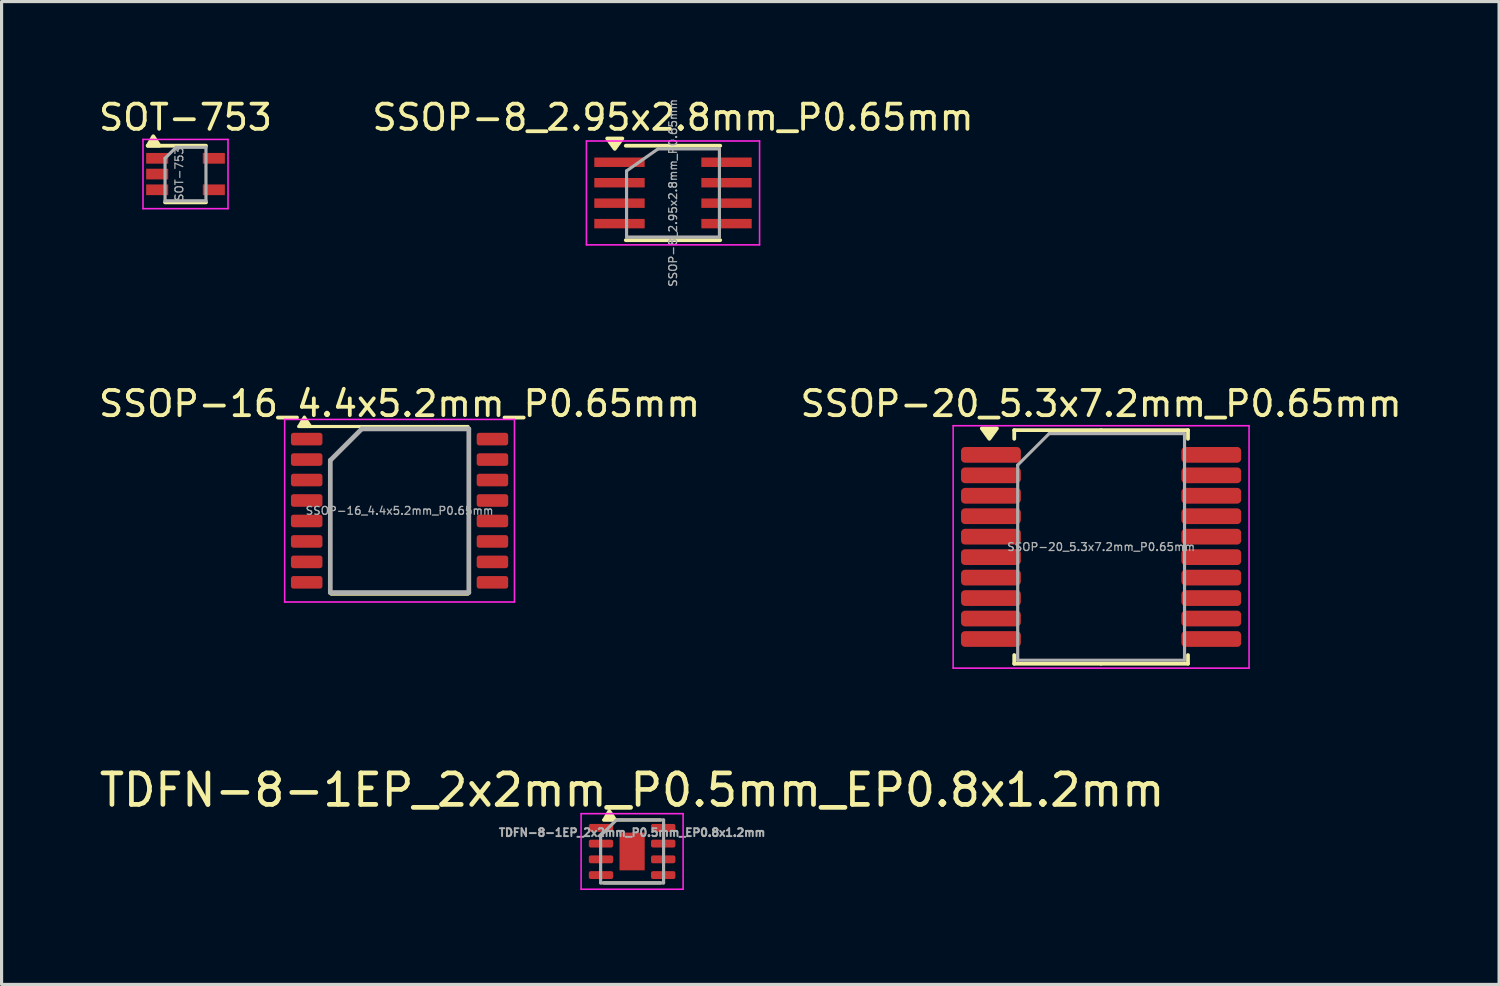
<source format=kicad_pcb>
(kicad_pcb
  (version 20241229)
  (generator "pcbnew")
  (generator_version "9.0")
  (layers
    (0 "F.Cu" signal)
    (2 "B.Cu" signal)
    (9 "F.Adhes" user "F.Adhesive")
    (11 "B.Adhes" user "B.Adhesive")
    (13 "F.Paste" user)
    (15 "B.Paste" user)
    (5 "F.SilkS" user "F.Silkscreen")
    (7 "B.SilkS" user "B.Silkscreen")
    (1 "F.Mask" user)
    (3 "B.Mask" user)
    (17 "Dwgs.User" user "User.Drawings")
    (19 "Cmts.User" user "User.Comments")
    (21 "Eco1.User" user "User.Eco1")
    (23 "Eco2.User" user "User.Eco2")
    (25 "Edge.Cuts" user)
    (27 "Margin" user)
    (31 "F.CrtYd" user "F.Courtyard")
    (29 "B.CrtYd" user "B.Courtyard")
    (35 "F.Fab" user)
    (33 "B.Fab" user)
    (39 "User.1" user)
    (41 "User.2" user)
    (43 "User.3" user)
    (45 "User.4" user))
  (footprint "TDFN-8-1EP_2x2mm_P0.5mm_EP0.8x1.2mm"
    (layer "F.Cu")
    (at 17.03 23.998)
    (property "Reference" "TDFN-8-1EP_2x2mm_P0.5mm_EP0.8x1.2mm" (at 0 -1.95 0) (layer "F.SilkS") (effects (font (size 1 1) (thickness 0.15))))
    (attr smd)
    (fp_line (start -0.9 -1) (end 0.9 -1) (stroke (width 0.1) (type solid)) (layer "F.SilkS"))
    (fp_line (start -0.9 1) (end 0.9 1) (stroke (width 0.1) (type solid)) (layer "F.SilkS"))
    (fp_poly (pts (xy -0.9 -1) (xy -0.725 -1.3) (xy -0.525 -1)) (stroke (width 0.1) (type solid)) (fill yes) (layer "F.SilkS"))
    (fp_line (start -1.62 -1.2) (end -1.62 1.2) (stroke (width 0.05) (type solid)) (layer "F.CrtYd"))
    (fp_line (start -1.62 1.2) (end 1.62 1.2) (stroke (width 0.05) (type solid)) (layer "F.CrtYd"))
    (fp_line (start 1.62 -1.2) (end -1.62 -1.2) (stroke (width 0.05) (type solid)) (layer "F.CrtYd"))
    (fp_line (start 1.62 1.2) (end 1.62 -1.2) (stroke (width 0.05) (type solid)) (layer "F.CrtYd"))
    (fp_line (start -1 -0.5) (end -0.5 -1) (stroke (width 0.1) (type solid)) (layer "F.Fab"))
    (fp_line (start -1 1) (end -1 -0.5) (stroke (width 0.1) (type solid)) (layer "F.Fab"))
    (fp_line (start -0.5 -1) (end 1 -1) (stroke (width 0.1) (type solid)) (layer "F.Fab"))
    (fp_line (start 1 -1) (end 1 1) (stroke (width 0.1) (type solid)) (layer "F.Fab"))
    (fp_line (start 1 1) (end -1 1) (stroke (width 0.1) (type solid)) (layer "F.Fab"))
    (fp_text user "${REFERENCE}" (at 0 -0.6 0) (layer "F.Fab") (effects (font (size 0.25 0.25) (thickness 0.062))))
    (pad "" smd roundrect (at -0.2 -0.3) (size 0.32 0.48) (layers "F.Paste") (roundrect_rratio 0.25))
    (pad "" smd roundrect (at -0.2 0.3) (size 0.32 0.48) (layers "F.Paste") (roundrect_rratio 0.25))
    (pad "" smd roundrect (at 0.2 -0.3) (size 0.32 0.48) (layers "F.Paste") (roundrect_rratio 0.25))
    (pad "" smd roundrect (at 0.2 0.3) (size 0.32 0.48) (layers "F.Paste") (roundrect_rratio 0.25))
    (pad "1" smd roundrect (at -0.988 -0.75) (size 0.775 0.25) (layers "F.Cu" "F.Mask" "F.Paste") (roundrect_rratio 0.25))
    (pad "2" smd roundrect (at -0.988 -0.25) (size 0.775 0.25) (layers "F.Cu" "F.Mask" "F.Paste") (roundrect_rratio 0.25))
    (pad "3" smd roundrect (at -0.988 0.25) (size 0.775 0.25) (layers "F.Cu" "F.Mask" "F.Paste") (roundrect_rratio 0.25))
    (pad "4" smd roundrect (at -0.988 0.75) (size 0.775 0.25) (layers "F.Cu" "F.Mask" "F.Paste") (roundrect_rratio 0.25))
    (pad "5" smd roundrect (at 0.988 0.75) (size 0.775 0.25) (layers "F.Cu" "F.Mask" "F.Paste") (roundrect_rratio 0.25))
    (pad "6" smd roundrect (at 0.988 0.25) (size 0.775 0.25) (layers "F.Cu" "F.Mask" "F.Paste") (roundrect_rratio 0.25))
    (pad "7" smd roundrect (at 0.988 -0.25) (size 0.775 0.25) (layers "F.Cu" "F.Mask" "F.Paste") (roundrect_rratio 0.25))
    (pad "8" smd roundrect (at 0.988 -0.75) (size 0.775 0.25) (layers "F.Cu" "F.Mask" "F.Paste") (roundrect_rratio 0.25))
    (pad "9" smd rect (at 0 0) (size 0.8 1.2) (layers "F.Cu" "F.Mask")))
  (footprint "SSOP-20_5.3x7.2mm_P0.65mm"
    (layer "F.Cu")
    (at 31.929 14.324)
    (property "Reference" "SSOP-20_5.3x7.2mm_P0.65mm" (at 0 -4.55 0) (layer "F.SilkS") (effects (font (size 0.8 0.8) (thickness 0.12))))
    (attr smd)
    (fp_line (start -2.76 -3.71) (end -2.76 -3.435) (stroke (width 0.12) (type solid)) (layer "F.SilkS"))
    (fp_line (start -2.76 3.71) (end -2.76 3.435) (stroke (width 0.12) (type solid)) (layer "F.SilkS"))
    (fp_line (start 0 -3.71) (end -2.76 -3.71) (stroke (width 0.12) (type solid)) (layer "F.SilkS"))
    (fp_line (start 0 -3.71) (end 2.76 -3.71) (stroke (width 0.12) (type solid)) (layer "F.SilkS"))
    (fp_line (start 0 3.71) (end -2.76 3.71) (stroke (width 0.12) (type solid)) (layer "F.SilkS"))
    (fp_line (start 0 3.71) (end 2.76 3.71) (stroke (width 0.12) (type solid)) (layer "F.SilkS"))
    (fp_line (start 2.76 -3.71) (end 2.76 -3.435) (stroke (width 0.12) (type solid)) (layer "F.SilkS"))
    (fp_line (start 2.76 3.71) (end 2.76 3.435) (stroke (width 0.12) (type solid)) (layer "F.SilkS"))
    (fp_poly (pts (xy -3.55 -3.435) (xy -3.79 -3.765) (xy -3.31 -3.765) (xy -3.55 -3.435)) (stroke (width 0.12) (type solid)) (fill yes) (layer "F.SilkS"))
    (fp_line (start -4.7 -3.85) (end -4.7 3.85) (stroke (width 0.05) (type solid)) (layer "F.CrtYd"))
    (fp_line (start -4.7 3.85) (end 4.7 3.85) (stroke (width 0.05) (type solid)) (layer "F.CrtYd"))
    (fp_line (start 4.7 -3.85) (end -4.7 -3.85) (stroke (width 0.05) (type solid)) (layer "F.CrtYd"))
    (fp_line (start 4.7 3.85) (end 4.7 -3.85) (stroke (width 0.05) (type solid)) (layer "F.CrtYd"))
    (fp_line (start -2.65 -2.6) (end -1.65 -3.6) (stroke (width 0.1) (type solid)) (layer "F.Fab"))
    (fp_line (start -2.65 3.6) (end -2.65 -2.6) (stroke (width 0.1) (type solid)) (layer "F.Fab"))
    (fp_line (start -1.65 -3.6) (end 2.65 -3.6) (stroke (width 0.1) (type solid)) (layer "F.Fab"))
    (fp_line (start 2.65 -3.6) (end 2.65 3.6) (stroke (width 0.1) (type solid)) (layer "F.Fab"))
    (fp_line (start 2.65 3.6) (end -2.65 3.6) (stroke (width 0.1) (type solid)) (layer "F.Fab"))
    (fp_text user "${REFERENCE}" (at 0 0 0) (layer "F.Fab") (effects (font (size 0.25 0.25) (thickness 0.04))))
    (pad "1" smd roundrect (at -3.5 -2.925) (size 1.9 0.5) (layers "F.Cu" "F.Mask" "F.Paste") (roundrect_rratio 0.25))
    (pad "2" smd roundrect (at -3.5 -2.275) (size 1.9 0.5) (layers "F.Cu" "F.Mask" "F.Paste") (roundrect_rratio 0.25))
    (pad "3" smd roundrect (at -3.5 -1.625) (size 1.9 0.5) (layers "F.Cu" "F.Mask" "F.Paste") (roundrect_rratio 0.25))
    (pad "4" smd roundrect (at -3.5 -0.975) (size 1.9 0.5) (layers "F.Cu" "F.Mask" "F.Paste") (roundrect_rratio 0.25))
    (pad "5" smd roundrect (at -3.5 -0.325) (size 1.9 0.5) (layers "F.Cu" "F.Mask" "F.Paste") (roundrect_rratio 0.25))
    (pad "6" smd roundrect (at -3.5 0.325) (size 1.9 0.5) (layers "F.Cu" "F.Mask" "F.Paste") (roundrect_rratio 0.25))
    (pad "7" smd roundrect (at -3.5 0.975) (size 1.9 0.5) (layers "F.Cu" "F.Mask" "F.Paste") (roundrect_rratio 0.25))
    (pad "8" smd roundrect (at -3.5 1.625) (size 1.9 0.5) (layers "F.Cu" "F.Mask" "F.Paste") (roundrect_rratio 0.25))
    (pad "9" smd roundrect (at -3.5 2.275) (size 1.9 0.5) (layers "F.Cu" "F.Mask" "F.Paste") (roundrect_rratio 0.25))
    (pad "10" smd roundrect (at -3.5 2.925) (size 1.9 0.5) (layers "F.Cu" "F.Mask" "F.Paste") (roundrect_rratio 0.25))
    (pad "11" smd roundrect (at 3.5 2.925) (size 1.9 0.5) (layers "F.Cu" "F.Mask" "F.Paste") (roundrect_rratio 0.25))
    (pad "12" smd roundrect (at 3.5 2.275) (size 1.9 0.5) (layers "F.Cu" "F.Mask" "F.Paste") (roundrect_rratio 0.25))
    (pad "13" smd roundrect (at 3.5 1.625) (size 1.9 0.5) (layers "F.Cu" "F.Mask" "F.Paste") (roundrect_rratio 0.25))
    (pad "14" smd roundrect (at 3.5 0.975) (size 1.9 0.5) (layers "F.Cu" "F.Mask" "F.Paste") (roundrect_rratio 0.25))
    (pad "15" smd roundrect (at 3.5 0.325) (size 1.9 0.5) (layers "F.Cu" "F.Mask" "F.Paste") (roundrect_rratio 0.25))
    (pad "16" smd roundrect (at 3.5 -0.325) (size 1.9 0.5) (layers "F.Cu" "F.Mask" "F.Paste") (roundrect_rratio 0.25))
    (pad "17" smd roundrect (at 3.5 -0.975) (size 1.9 0.5) (layers "F.Cu" "F.Mask" "F.Paste") (roundrect_rratio 0.25))
    (pad "18" smd roundrect (at 3.5 -1.625) (size 1.9 0.5) (layers "F.Cu" "F.Mask" "F.Paste") (roundrect_rratio 0.25))
    (pad "19" smd roundrect (at 3.5 -2.275) (size 1.9 0.5) (layers "F.Cu" "F.Mask" "F.Paste") (roundrect_rratio 0.25))
    (pad "20" smd roundrect (at 3.5 -2.925) (size 1.9 0.5) (layers "F.Cu" "F.Mask" "F.Paste") (roundrect_rratio 0.25)))
  (footprint "SSOP-16_4.4x5.2mm_P0.65mm"
    (layer "F.Cu")
    (at 9.643 13.174)
    (property "Reference" "SSOP-16_4.4x5.2mm_P0.65mm" (at 0 -3.4 0) (layer "F.SilkS") (effects (font (size 0.8 0.8) (thickness 0.12))))
    (attr smd)
    (fp_line (start -3.2 -2.675) (end 2.175 -2.675) (stroke (width 0.1) (type solid)) (layer "F.SilkS"))
    (fp_line (start -2.175 2.65) (end 2.175 2.65) (stroke (width 0.1) (type solid)) (layer "F.SilkS"))
    (fp_poly (pts (xy -3.2 -2.675) (xy -3.025 -2.975) (xy -2.825 -2.675)) (stroke (width 0.1) (type solid)) (fill yes) (layer "F.SilkS"))
    (fp_line (start -3.65 -2.9) (end -3.65 2.9) (stroke (width 0.05) (type solid)) (layer "F.CrtYd"))
    (fp_line (start -3.65 -2.9) (end 3.65 -2.9) (stroke (width 0.05) (type solid)) (layer "F.CrtYd"))
    (fp_line (start -3.65 2.9) (end 3.65 2.9) (stroke (width 0.05) (type solid)) (layer "F.CrtYd"))
    (fp_line (start 3.65 -2.9) (end 3.65 2.9) (stroke (width 0.05) (type solid)) (layer "F.CrtYd"))
    (fp_line (start -2.2 -1.6) (end -1.2 -2.6) (stroke (width 0.15) (type solid)) (layer "F.Fab"))
    (fp_line (start -2.2 2.6) (end -2.2 -1.6) (stroke (width 0.15) (type solid)) (layer "F.Fab"))
    (fp_line (start -1.2 -2.6) (end 2.2 -2.6) (stroke (width 0.15) (type solid)) (layer "F.Fab"))
    (fp_line (start 2.2 -2.6) (end 2.2 2.6) (stroke (width 0.15) (type solid)) (layer "F.Fab"))
    (fp_line (start 2.2 2.6) (end -2.2 2.6) (stroke (width 0.15) (type solid)) (layer "F.Fab"))
    (fp_text user "${REFERENCE}" (at 0 0 0) (layer "F.Fab") (effects (font (size 0.25 0.25) (thickness 0.04))))
    (pad "1" smd roundrect (at -2.95 -2.275) (size 1 0.4) (layers "F.Cu" "F.Mask" "F.Paste") (roundrect_rratio 0.2))
    (pad "2" smd roundrect (at -2.95 -1.625) (size 1 0.4) (layers "F.Cu" "F.Mask" "F.Paste") (roundrect_rratio 0.2))
    (pad "3" smd roundrect (at -2.95 -0.975) (size 1 0.4) (layers "F.Cu" "F.Mask" "F.Paste") (roundrect_rratio 0.2))
    (pad "4" smd roundrect (at -2.95 -0.325) (size 1 0.4) (layers "F.Cu" "F.Mask" "F.Paste") (roundrect_rratio 0.2))
    (pad "5" smd roundrect (at -2.95 0.325) (size 1 0.4) (layers "F.Cu" "F.Mask" "F.Paste") (roundrect_rratio 0.2))
    (pad "6" smd roundrect (at -2.95 0.975) (size 1 0.4) (layers "F.Cu" "F.Mask" "F.Paste") (roundrect_rratio 0.2))
    (pad "7" smd roundrect (at -2.95 1.625) (size 1 0.4) (layers "F.Cu" "F.Mask" "F.Paste") (roundrect_rratio 0.2))
    (pad "8" smd roundrect (at -2.95 2.275) (size 1 0.4) (layers "F.Cu" "F.Mask" "F.Paste") (roundrect_rratio 0.2))
    (pad "9" smd roundrect (at 2.95 2.275) (size 1 0.4) (layers "F.Cu" "F.Mask" "F.Paste") (roundrect_rratio 0.2))
    (pad "10" smd roundrect (at 2.95 1.625) (size 1 0.4) (layers "F.Cu" "F.Mask" "F.Paste") (roundrect_rratio 0.2))
    (pad "11" smd roundrect (at 2.95 0.975) (size 1 0.4) (layers "F.Cu" "F.Mask" "F.Paste") (roundrect_rratio 0.2))
    (pad "12" smd roundrect (at 2.95 0.325) (size 1 0.4) (layers "F.Cu" "F.Mask" "F.Paste") (roundrect_rratio 0.2))
    (pad "13" smd roundrect (at 2.95 -0.325) (size 1 0.4) (layers "F.Cu" "F.Mask" "F.Paste") (roundrect_rratio 0.2))
    (pad "14" smd roundrect (at 2.95 -0.975) (size 1 0.4) (layers "F.Cu" "F.Mask" "F.Paste") (roundrect_rratio 0.2))
    (pad "15" smd roundrect (at 2.95 -1.625) (size 1 0.4) (layers "F.Cu" "F.Mask" "F.Paste") (roundrect_rratio 0.2))
    (pad "16" smd roundrect (at 2.95 -2.275) (size 1 0.4) (layers "F.Cu" "F.Mask" "F.Paste") (roundrect_rratio 0.2)))
  (footprint "SSOP-8_2.95x2.8mm_P0.65mm"
    (layer "F.Cu")
    (at 18.329 3.079)
    (property "Reference" "SSOP-8_2.95x2.8mm_P0.65mm" (at 0 -2.4 0) (layer "F.SilkS") (effects (font (size 0.8 0.8) (thickness 0.12))))
    (attr smd)
    (fp_line (start 1.5 -1.5) (end -1.5 -1.5) (stroke (width 0.12) (type solid)) (layer "F.SilkS"))
    (fp_line (start 1.5 1.5) (end -1.5 1.5) (stroke (width 0.12) (type solid)) (layer "F.SilkS"))
    (fp_poly (pts (xy -1.85 -1.4) (xy -2.09 -1.73) (xy -1.61 -1.73) (xy -1.85 -1.4)) (stroke (width 0.12) (type solid)) (fill yes) (layer "F.SilkS"))
    (fp_line (start -2.75 -1.65) (end 2.75 -1.65) (stroke (width 0.05) (type solid)) (layer "F.CrtYd"))
    (fp_line (start -2.75 1.65) (end -2.75 -1.65) (stroke (width 0.05) (type solid)) (layer "F.CrtYd"))
    (fp_line (start 2.75 -1.65) (end 2.75 1.65) (stroke (width 0.05) (type solid)) (layer "F.CrtYd"))
    (fp_line (start 2.75 1.65) (end -2.75 1.65) (stroke (width 0.05) (type solid)) (layer "F.CrtYd"))
    (fp_line (start -1.475 1.4) (end -1.475 -0.7) (stroke (width 0.1) (type solid)) (layer "F.Fab"))
    (fp_line (start -0.475 -1.4) (end -1.475 -0.7) (stroke (width 0.1) (type solid)) (layer "F.Fab"))
    (fp_line (start -0.475 -1.4) (end 1.475 -1.4) (stroke (width 0.1) (type solid)) (layer "F.Fab"))
    (fp_line (start 1.475 -1.4) (end 1.475 1.4) (stroke (width 0.1) (type solid)) (layer "F.Fab"))
    (fp_line (start 1.475 1.4) (end -1.475 1.4) (stroke (width 0.1) (type solid)) (layer "F.Fab"))
    (fp_text user "${REFERENCE}" (at 0 0 90) (layer "F.Fab") (effects (font (size 0.25 0.25) (thickness 0.04))))
    (pad "1" smd rect (at -1.7 -0.975 270) (size 0.3 1.6) (layers "F.Cu" "F.Mask" "F.Paste"))
    (pad "2" smd rect (at -1.7 -0.325 270) (size 0.3 1.6) (layers "F.Cu" "F.Mask" "F.Paste"))
    (pad "3" smd rect (at -1.7 0.325 270) (size 0.3 1.6) (layers "F.Cu" "F.Mask" "F.Paste"))
    (pad "4" smd rect (at -1.7 0.975 270) (size 0.3 1.6) (layers "F.Cu" "F.Mask" "F.Paste"))
    (pad "5" smd rect (at 1.7 0.975 270) (size 0.3 1.6) (layers "F.Cu" "F.Mask" "F.Paste"))
    (pad "6" smd rect (at 1.7 0.325 270) (size 0.3 1.6) (layers "F.Cu" "F.Mask" "F.Paste"))
    (pad "7" smd rect (at 1.7 -0.325 270) (size 0.3 1.6) (layers "F.Cu" "F.Mask" "F.Paste"))
    (pad "8" smd rect (at 1.7 -0.975 270) (size 0.3 1.6) (layers "F.Cu" "F.Mask" "F.Paste")))
  (footprint "SOT-753"
    (layer "F.Cu")
    (at 2.843 2.479)
    (property "Reference" "SOT-753" (at 0 -1.8 0) (layer "F.SilkS") (effects (font (size 0.8 0.8) (thickness 0.12))))
    (attr smd)
    (fp_line (start -1.2 -0.9) (end 0.65 -0.9) (stroke (width 0.12) (type solid)) (layer "F.SilkS"))
    (fp_line (start 0.65 0.9) (end -0.65 0.9) (stroke (width 0.12) (type solid)) (layer "F.SilkS"))
    (fp_poly (pts (xy -1.2 -0.9) (xy -1.025 -1.2) (xy -0.825 -0.9)) (stroke (width 0.12) (type solid)) (fill yes) (layer "F.SilkS"))
    (fp_line (start -1.35 -1.1) (end -1.35 1.1) (stroke (width 0.05) (type solid)) (layer "F.CrtYd"))
    (fp_line (start -1.35 -1.1) (end 1.35 -1.1) (stroke (width 0.05) (type solid)) (layer "F.CrtYd"))
    (fp_line (start 1.35 1.1) (end -1.35 1.1) (stroke (width 0.05) (type solid)) (layer "F.CrtYd"))
    (fp_line (start 1.35 1.1) (end 1.35 -1.1) (stroke (width 0.05) (type solid)) (layer "F.CrtYd"))
    (fp_line (start -0.65 -0.5) (end -0.65 0.85) (stroke (width 0.1) (type solid)) (layer "F.Fab"))
    (fp_line (start -0.65 -0.5) (end -0.3 -0.85) (stroke (width 0.1) (type solid)) (layer "F.Fab"))
    (fp_line (start -0.65 0.85) (end 0.65 0.85) (stroke (width 0.1) (type solid)) (layer "F.Fab"))
    (fp_line (start 0.65 -0.85) (end -0.3 -0.85) (stroke (width 0.1) (type solid)) (layer "F.Fab"))
    (fp_line (start 0.65 0.85) (end 0.65 -0.85) (stroke (width 0.1) (type solid)) (layer "F.Fab"))
    (fp_text user "${REFERENCE}" (at -0.2 0 90) (layer "F.Fab") (effects (font (size 0.25 0.25) (thickness 0.04))))
    (pad "1" smd rect (at -0.9 -0.5) (size 0.7 0.34) (layers "F.Cu" "F.Mask" "F.Paste"))
    (pad "2" smd rect (at -0.9 0) (size 0.7 0.34) (layers "F.Cu" "F.Mask" "F.Paste"))
    (pad "3" smd rect (at -0.9 0.5) (size 0.7 0.34) (layers "F.Cu" "F.Mask" "F.Paste"))
    (pad "4" smd rect (at 0.9 0.5) (size 0.7 0.34) (layers "F.Cu" "F.Mask" "F.Paste"))
    (pad "5" smd rect (at 0.9 -0.5) (size 0.7 0.34) (layers "F.Cu" "F.Mask" "F.Paste")))
  (gr_rect
    (start -3 -3)
    (end 44.571 28.223)
    (stroke (width 0.1) (type default))
    (fill no)
    (layer "Edge.Cuts")))
</source>
